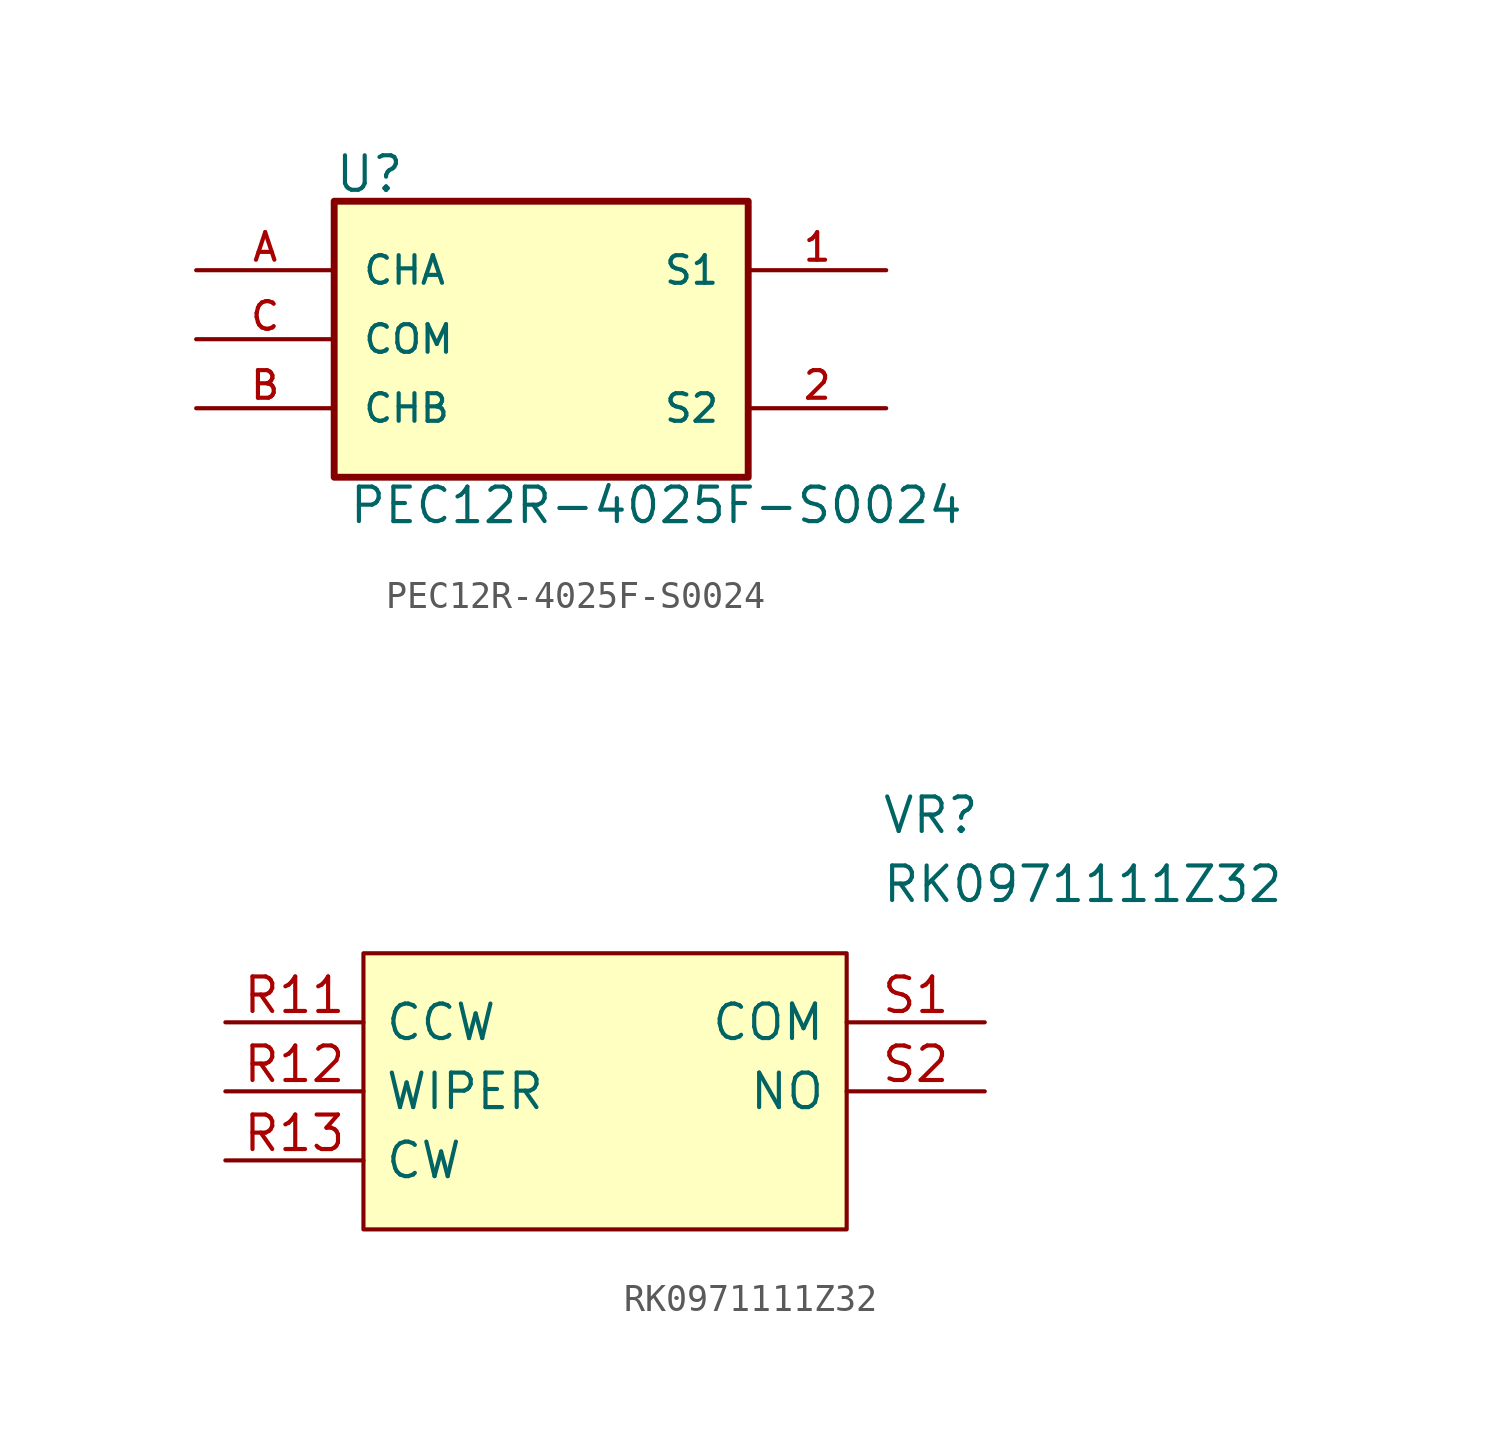
<source format=kicad_sym>
(kicad_symbol_lib
  (version 20211014)
  (generator kicad_symbol_editor)
  (symbol "PEC12R-4025F-S0024"
    (pin_names
      (offset 1.016))
    (property "Reference" "U"
      (at -7.625 5.337 0)
      (effects (font (size 1.27 1.27)) (justify left bottom)))
    (property "Value" "PEC12R-4025F-S0024"
      (at -7.112 -6.858 0)
      (effects (font (size 1.27 1.27)) (justify left bottom)))
    (symbol "PEC12R-4025F-S0024_0_0"
      (rectangle (start -7.62 -5.08) (end 7.62 5.08) (stroke (width 0.254) (type default) (color 0 0 0 0)) (fill (type background)))
      (pin passive line (at 12.7 2.54 180) (length 5.08) (name "S1" (effects (font (size 1.016 1.016)))) (number "1" (effects (font (size 1.016 1.016)))))
      (pin passive line (at 12.7 -2.54 180) (length 5.08) (name "S2" (effects (font (size 1.016 1.016)))) (number "2" (effects (font (size 1.016 1.016)))))
      (pin bidirectional line (at -12.7 2.54 0) (length 5.08) (name "CHA" (effects (font (size 1.016 1.016)))) (number "A" (effects (font (size 1.016 1.016)))))
      (pin bidirectional line (at -12.7 -2.54 0) (length 5.08) (name "CHB" (effects (font (size 1.016 1.016)))) (number "B" (effects (font (size 1.016 1.016)))))
      (pin bidirectional line (at -12.7 0 0) (length 5.08) (name "COM" (effects (font (size 1.016 1.016)))) (number "C" (effects (font (size 1.016 1.016)))))))
  (symbol "RK0971111Z32"
    (pin_names
      (offset 0.762))
    (property "Reference" "VR"
      (at 10.795 9.525 0)
      (effects (font (size 1.27 1.27)) (justify left)))
    (property "Value" "RK0971111Z32"
      (at 10.795 6.985 0)
      (effects (font (size 1.27 1.27)) (justify left)))
    (symbol "RK0971111Z32_0_0"
      (pin passive line (at -13.335 1.905 0) (length 5.08) (name "CCW" (effects (font (size 1.27 1.27)))) (number "R11" (effects (font (size 1.27 1.27)))))
      (pin passive line (at -13.335 -0.635 0) (length 5.08) (name "WIPER" (effects (font (size 1.27 1.27)))) (number "R12" (effects (font (size 1.27 1.27)))))
      (pin passive line (at -13.335 -3.175 0) (length 5.08) (name "CW" (effects (font (size 1.27 1.27)))) (number "R13" (effects (font (size 1.27 1.27)))))
      (pin passive line (at 14.605 1.905 180) (length 5.08) (name "COM" (effects (font (size 1.27 1.27)))) (number "S1" (effects (font (size 1.27 1.27)))))
      (pin passive line (at 14.605 -0.635 180) (length 5.08) (name "NO" (effects (font (size 1.27 1.27)))) (number "S2" (effects (font (size 1.27 1.27))))))
    (symbol "RK0971111Z32_0_1"
      (polyline (pts (xy -8.255 4.445) (xy 9.525 4.445) (xy 9.525 -5.715) (xy -8.255 -5.715) (xy -8.255 4.445)) (stroke (width 0.152) (type default) (color 0 0 0 0)) (fill (type background))))))
</source>
